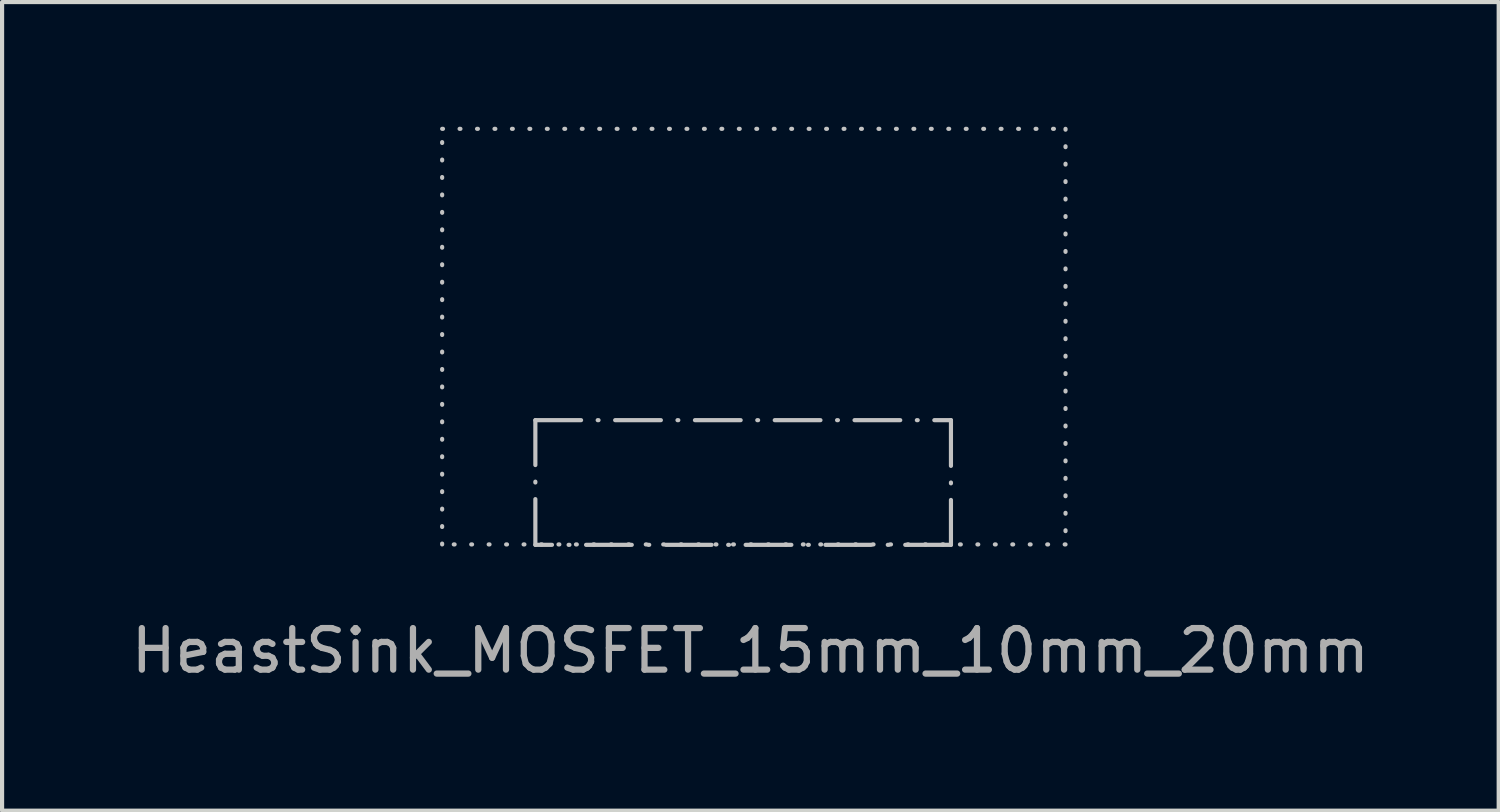
<source format=kicad_pcb>
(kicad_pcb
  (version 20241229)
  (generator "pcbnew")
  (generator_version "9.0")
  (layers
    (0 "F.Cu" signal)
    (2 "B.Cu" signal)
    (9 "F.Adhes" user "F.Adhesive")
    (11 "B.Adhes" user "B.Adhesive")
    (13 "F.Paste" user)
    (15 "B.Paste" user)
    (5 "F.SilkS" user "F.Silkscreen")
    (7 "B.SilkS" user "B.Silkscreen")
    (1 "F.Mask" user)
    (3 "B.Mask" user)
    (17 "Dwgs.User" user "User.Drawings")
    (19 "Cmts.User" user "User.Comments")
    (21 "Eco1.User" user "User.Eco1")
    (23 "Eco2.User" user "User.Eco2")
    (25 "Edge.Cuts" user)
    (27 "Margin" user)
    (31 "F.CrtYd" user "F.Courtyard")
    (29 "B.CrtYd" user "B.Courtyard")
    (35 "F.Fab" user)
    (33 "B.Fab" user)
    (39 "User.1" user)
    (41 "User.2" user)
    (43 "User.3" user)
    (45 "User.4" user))
  (footprint "HeastSink_MOSFET_15mm_10mm_20mm"
    (layer "F.Cu")
    (at 15.006 10.108)
    (property "Reference" "HeastSink_MOSFET_15mm_10mm_20mm" (at 0 -0.5 0) (unlocked yes) (layer "User.1") (effects (font (size 1 1) (thickness 0.1))))
    (fp_rect (start -7.417 -10.058) (end 7.583 -0.058) (stroke (width 0.1) (type dot)) (fill no) (layer "Dwgs.User"))
    (fp_rect (start -5.174 -3.048) (end 4.826 -0.048) (stroke (width 0.1) (type dash_dot)) (fill no) (layer "Dwgs.User"))
    (fp_text user "${REFERENCE}" (at 0 2.5 0) (unlocked yes) (layer "F.Fab") (effects (font (size 1 1) (thickness 0.15)))))
  (gr_rect
    (start -3 -3)
    (end 33.012 16.457)
    (stroke (width 0.1) (type default))
    (fill no)
    (layer "Edge.Cuts")))
</source>
